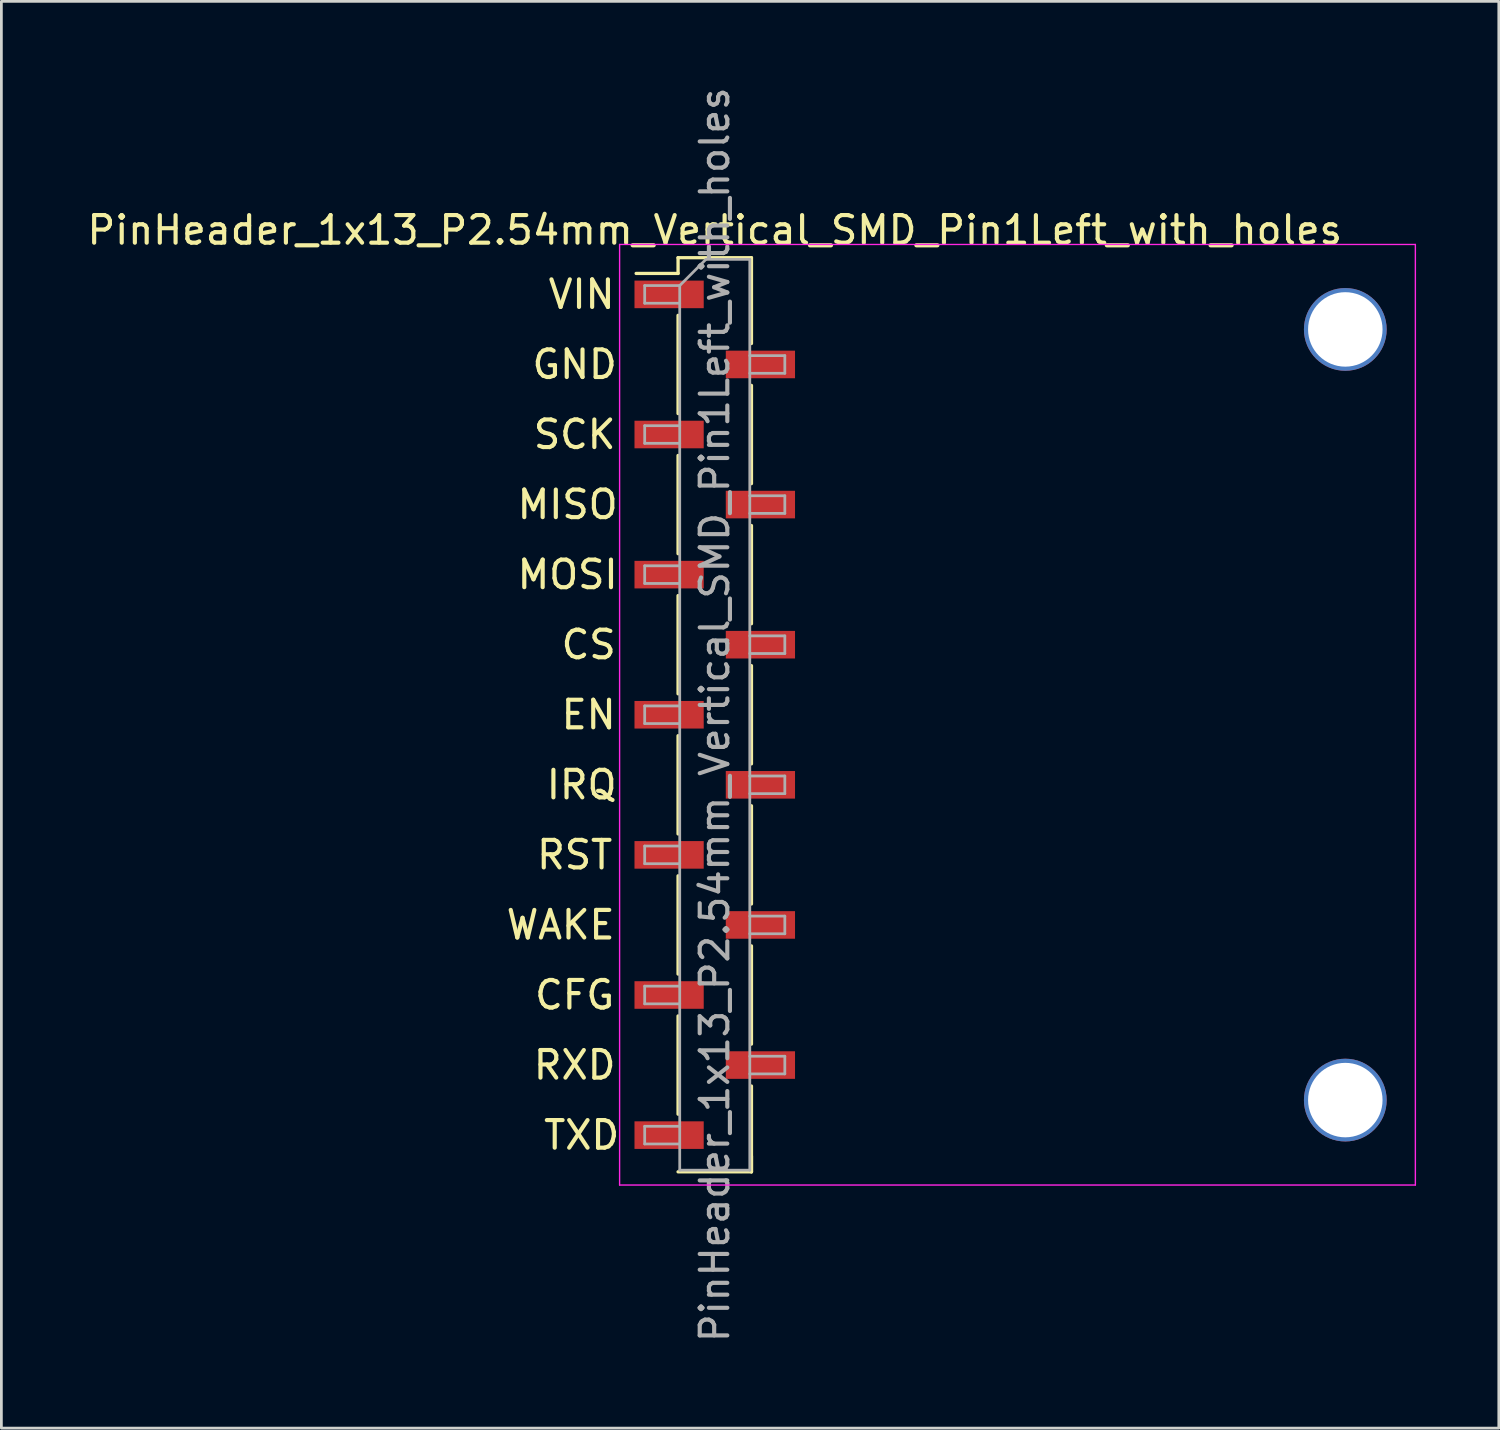
<source format=kicad_pcb>
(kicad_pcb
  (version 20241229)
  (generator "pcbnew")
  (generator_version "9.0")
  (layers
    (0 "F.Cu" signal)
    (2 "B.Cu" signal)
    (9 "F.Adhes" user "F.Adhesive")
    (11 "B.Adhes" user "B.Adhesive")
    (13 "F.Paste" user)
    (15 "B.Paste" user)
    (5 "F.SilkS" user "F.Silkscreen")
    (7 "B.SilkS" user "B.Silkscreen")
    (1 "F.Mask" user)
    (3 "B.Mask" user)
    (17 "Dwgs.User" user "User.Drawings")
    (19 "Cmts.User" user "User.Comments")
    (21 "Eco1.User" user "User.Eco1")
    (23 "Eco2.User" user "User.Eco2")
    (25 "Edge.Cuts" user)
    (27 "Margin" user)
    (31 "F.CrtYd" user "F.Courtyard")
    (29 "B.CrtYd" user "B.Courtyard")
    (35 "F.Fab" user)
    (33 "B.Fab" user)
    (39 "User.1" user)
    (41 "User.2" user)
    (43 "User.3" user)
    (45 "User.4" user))
  (footprint "PinHeader_1x13_P2.54mm_Vertical_SMD_Pin1Left_with_holes"
    (layer "F.Cu")
    (at 22.863 22.863)
    (property "Reference" "PinHeader_1x13_P2.54mm_Vertical_SMD_Pin1Left_with_holes" (at 0 -17.57 0) (layer "F.SilkS") (effects (font (size 1 1) (thickness 0.15))))
    (attr smd)
    (fp_line (start -1.33 -16.57) (end -1.33 -16) (stroke (width 0.12) (type solid)) (layer "F.SilkS"))
    (fp_line (start -1.33 -16.57) (end 1.33 -16.57) (stroke (width 0.12) (type solid)) (layer "F.SilkS"))
    (fp_line (start -1.33 -16) (end -2.85 -16) (stroke (width 0.12) (type solid)) (layer "F.SilkS"))
    (fp_line (start -1.33 -14.48) (end -1.33 -10.92) (stroke (width 0.12) (type solid)) (layer "F.SilkS"))
    (fp_line (start -1.33 -9.4) (end -1.33 -5.84) (stroke (width 0.12) (type solid)) (layer "F.SilkS"))
    (fp_line (start -1.33 -4.32) (end -1.33 -0.76) (stroke (width 0.12) (type solid)) (layer "F.SilkS"))
    (fp_line (start -1.33 0.76) (end -1.33 4.32) (stroke (width 0.12) (type solid)) (layer "F.SilkS"))
    (fp_line (start -1.33 5.84) (end -1.33 9.4) (stroke (width 0.12) (type solid)) (layer "F.SilkS"))
    (fp_line (start -1.33 10.92) (end -1.33 14.48) (stroke (width 0.12) (type solid)) (layer "F.SilkS"))
    (fp_line (start -1.33 16.57) (end 1.33 16.57) (stroke (width 0.12) (type solid)) (layer "F.SilkS"))
    (fp_line (start 1.33 -16.57) (end 1.33 -13.46) (stroke (width 0.12) (type solid)) (layer "F.SilkS"))
    (fp_line (start 1.33 -11.94) (end 1.33 -8.38) (stroke (width 0.12) (type solid)) (layer "F.SilkS"))
    (fp_line (start 1.33 -6.86) (end 1.33 -3.3) (stroke (width 0.12) (type solid)) (layer "F.SilkS"))
    (fp_line (start 1.33 -1.78) (end 1.33 1.78) (stroke (width 0.12) (type solid)) (layer "F.SilkS"))
    (fp_line (start 1.33 3.3) (end 1.33 6.86) (stroke (width 0.12) (type solid)) (layer "F.SilkS"))
    (fp_line (start 1.33 8.38) (end 1.33 11.94) (stroke (width 0.12) (type solid)) (layer "F.SilkS"))
    (fp_line (start 1.33 13.46) (end 1.33 16.57) (stroke (width 0.12) (type solid)) (layer "F.SilkS"))
    (fp_line (start 1.33 16) (end 1.33 16.57) (stroke (width 0.12) (type solid)) (layer "F.SilkS"))
    (fp_line (start -3.45 -17.05) (end -3.45 17.05) (stroke (width 0.05) (type solid)) (layer "F.CrtYd"))
    (fp_line (start -3.45 -17.05) (end 25.4 -17.05) (stroke (width 0.05) (type solid)) (layer "F.CrtYd"))
    (fp_line (start 25.4 17.05) (end -3.45 17.05) (stroke (width 0.05) (type solid)) (layer "F.CrtYd"))
    (fp_line (start 25.4 17.05) (end 25.4 -17.05) (stroke (width 0.05) (type solid)) (layer "F.CrtYd"))
    (fp_line (start -2.54 -15.56) (end -2.54 -14.92) (stroke (width 0.1) (type solid)) (layer "F.Fab"))
    (fp_line (start -2.54 -14.92) (end -1.27 -14.92) (stroke (width 0.1) (type solid)) (layer "F.Fab"))
    (fp_line (start -2.54 -10.48) (end -2.54 -9.84) (stroke (width 0.1) (type solid)) (layer "F.Fab"))
    (fp_line (start -2.54 -9.84) (end -1.27 -9.84) (stroke (width 0.1) (type solid)) (layer "F.Fab"))
    (fp_line (start -2.54 -5.4) (end -2.54 -4.76) (stroke (width 0.1) (type solid)) (layer "F.Fab"))
    (fp_line (start -2.54 -4.76) (end -1.27 -4.76) (stroke (width 0.1) (type solid)) (layer "F.Fab"))
    (fp_line (start -2.54 -0.32) (end -2.54 0.32) (stroke (width 0.1) (type solid)) (layer "F.Fab"))
    (fp_line (start -2.54 0.32) (end -1.27 0.32) (stroke (width 0.1) (type solid)) (layer "F.Fab"))
    (fp_line (start -2.54 4.76) (end -2.54 5.4) (stroke (width 0.1) (type solid)) (layer "F.Fab"))
    (fp_line (start -2.54 5.4) (end -1.27 5.4) (stroke (width 0.1) (type solid)) (layer "F.Fab"))
    (fp_line (start -2.54 9.84) (end -2.54 10.48) (stroke (width 0.1) (type solid)) (layer "F.Fab"))
    (fp_line (start -2.54 10.48) (end -1.27 10.48) (stroke (width 0.1) (type solid)) (layer "F.Fab"))
    (fp_line (start -2.54 14.92) (end -2.54 15.56) (stroke (width 0.1) (type solid)) (layer "F.Fab"))
    (fp_line (start -2.54 15.56) (end -1.27 15.56) (stroke (width 0.1) (type solid)) (layer "F.Fab"))
    (fp_line (start -1.27 -15.56) (end -2.54 -15.56) (stroke (width 0.1) (type solid)) (layer "F.Fab"))
    (fp_line (start -1.27 -15.56) (end -0.32 -16.51) (stroke (width 0.1) (type solid)) (layer "F.Fab"))
    (fp_line (start -1.27 -10.48) (end -2.54 -10.48) (stroke (width 0.1) (type solid)) (layer "F.Fab"))
    (fp_line (start -1.27 -5.4) (end -2.54 -5.4) (stroke (width 0.1) (type solid)) (layer "F.Fab"))
    (fp_line (start -1.27 -0.32) (end -2.54 -0.32) (stroke (width 0.1) (type solid)) (layer "F.Fab"))
    (fp_line (start -1.27 4.76) (end -2.54 4.76) (stroke (width 0.1) (type solid)) (layer "F.Fab"))
    (fp_line (start -1.27 9.84) (end -2.54 9.84) (stroke (width 0.1) (type solid)) (layer "F.Fab"))
    (fp_line (start -1.27 14.92) (end -2.54 14.92) (stroke (width 0.1) (type solid)) (layer "F.Fab"))
    (fp_line (start -1.27 16.51) (end -1.27 -15.56) (stroke (width 0.1) (type solid)) (layer "F.Fab"))
    (fp_line (start -0.32 -16.51) (end 1.27 -16.51) (stroke (width 0.1) (type solid)) (layer "F.Fab"))
    (fp_line (start 1.27 -16.51) (end 1.27 16.51) (stroke (width 0.1) (type solid)) (layer "F.Fab"))
    (fp_line (start 1.27 -13.02) (end 2.54 -13.02) (stroke (width 0.1) (type solid)) (layer "F.Fab"))
    (fp_line (start 1.27 -7.94) (end 2.54 -7.94) (stroke (width 0.1) (type solid)) (layer "F.Fab"))
    (fp_line (start 1.27 -2.86) (end 2.54 -2.86) (stroke (width 0.1) (type solid)) (layer "F.Fab"))
    (fp_line (start 1.27 2.22) (end 2.54 2.22) (stroke (width 0.1) (type solid)) (layer "F.Fab"))
    (fp_line (start 1.27 7.3) (end 2.54 7.3) (stroke (width 0.1) (type solid)) (layer "F.Fab"))
    (fp_line (start 1.27 12.38) (end 2.54 12.38) (stroke (width 0.1) (type solid)) (layer "F.Fab"))
    (fp_line (start 1.27 16.51) (end -1.27 16.51) (stroke (width 0.1) (type solid)) (layer "F.Fab"))
    (fp_line (start 2.54 -13.02) (end 2.54 -12.38) (stroke (width 0.1) (type solid)) (layer "F.Fab"))
    (fp_line (start 2.54 -12.38) (end 1.27 -12.38) (stroke (width 0.1) (type solid)) (layer "F.Fab"))
    (fp_line (start 2.54 -7.94) (end 2.54 -7.3) (stroke (width 0.1) (type solid)) (layer "F.Fab"))
    (fp_line (start 2.54 -7.3) (end 1.27 -7.3) (stroke (width 0.1) (type solid)) (layer "F.Fab"))
    (fp_line (start 2.54 -2.86) (end 2.54 -2.22) (stroke (width 0.1) (type solid)) (layer "F.Fab"))
    (fp_line (start 2.54 -2.22) (end 1.27 -2.22) (stroke (width 0.1) (type solid)) (layer "F.Fab"))
    (fp_line (start 2.54 2.22) (end 2.54 2.86) (stroke (width 0.1) (type solid)) (layer "F.Fab"))
    (fp_line (start 2.54 2.86) (end 1.27 2.86) (stroke (width 0.1) (type solid)) (layer "F.Fab"))
    (fp_line (start 2.54 7.3) (end 2.54 7.94) (stroke (width 0.1) (type solid)) (layer "F.Fab"))
    (fp_line (start 2.54 7.94) (end 1.27 7.94) (stroke (width 0.1) (type solid)) (layer "F.Fab"))
    (fp_line (start 2.54 12.38) (end 2.54 13.02) (stroke (width 0.1) (type solid)) (layer "F.Fab"))
    (fp_line (start 2.54 13.02) (end 1.27 13.02) (stroke (width 0.1) (type solid)) (layer "F.Fab"))
    (fp_text user "TXD" (at -4.826 15.24 0) (layer "F.SilkS") (effects (font (size 1 1) (thickness 0.15))))
    (fp_text user "CFG" (at -5.08 10.16 0) (layer "F.SilkS") (effects (font (size 1 1) (thickness 0.15))))
    (fp_text user "CS" (at -4.572 -2.54 0) (layer "F.SilkS") (effects (font (size 1 1) (thickness 0.15))))
    (fp_text user "SCK" (at -5.08 -10.16 0) (layer "F.SilkS") (effects (font (size 1 1) (thickness 0.15))))
    (fp_text user "VIN" (at -4.826 -15.24 0) (layer "F.SilkS") (effects (font (size 1 1) (thickness 0.15))))
    (fp_text user "IRQ" (at -4.826 2.54 0) (layer "F.SilkS") (effects (font (size 1 1) (thickness 0.15))))
    (fp_text user "WAKE" (at -5.588 7.62 0) (layer "F.SilkS") (effects (font (size 1 1) (thickness 0.15))))
    (fp_text user "MISO" (at -5.334 -7.62 0) (layer "F.SilkS") (effects (font (size 1 1) (thickness 0.15))))
    (fp_text user "MOSI" (at -5.334 -5.08 0) (layer "F.SilkS") (effects (font (size 1 1) (thickness 0.15))))
    (fp_text user "EN" (at -4.572 0 0) (layer "F.SilkS") (effects (font (size 1 1) (thickness 0.15))))
    (fp_text user "RST" (at -5.08 5.08 0) (layer "F.SilkS") (effects (font (size 1 1) (thickness 0.15))))
    (fp_text user "GND" (at -5.08 -12.7 0) (layer "F.SilkS") (effects (font (size 1 1) (thickness 0.15))))
    (fp_text user "RXD" (at -5.08 12.7 0) (layer "F.SilkS") (effects (font (size 1 1) (thickness 0.15))))
    (fp_text user "${REFERENCE}" (at 0 0 90) (layer "F.Fab") (effects (font (size 1 1) (thickness 0.15))))
    (pad "" np_thru_hole circle (at 22.86 -13.97) (size 3 3) (drill 2.7) (layers "*.Cu" "*.Mask"))
    (pad "" np_thru_hole circle (at 22.86 13.97) (size 3 3) (drill 2.7) (layers "*.Cu" "*.Mask"))
    (pad "1" smd rect (at -1.655 -15.24) (size 2.51 1) (layers "F.Cu" "F.Mask" "F.Paste"))
    (pad "2" smd rect (at 1.655 -12.7) (size 2.51 1) (layers "F.Cu" "F.Mask" "F.Paste"))
    (pad "3" smd rect (at -1.655 -10.16) (size 2.51 1) (layers "F.Cu" "F.Mask" "F.Paste"))
    (pad "4" smd rect (at 1.655 -7.62) (size 2.51 1) (layers "F.Cu" "F.Mask" "F.Paste"))
    (pad "5" smd rect (at -1.655 -5.08) (size 2.51 1) (layers "F.Cu" "F.Mask" "F.Paste"))
    (pad "6" smd rect (at 1.655 -2.54) (size 2.51 1) (layers "F.Cu" "F.Mask" "F.Paste"))
    (pad "7" smd rect (at -1.655 0) (size 2.51 1) (layers "F.Cu" "F.Mask" "F.Paste"))
    (pad "8" smd rect (at 1.655 2.54) (size 2.51 1) (layers "F.Cu" "F.Mask" "F.Paste"))
    (pad "9" smd rect (at -1.655 5.08) (size 2.51 1) (layers "F.Cu" "F.Mask" "F.Paste"))
    (pad "10" smd rect (at 1.655 7.62) (size 2.51 1) (layers "F.Cu" "F.Mask" "F.Paste"))
    (pad "11" smd rect (at -1.655 10.16) (size 2.51 1) (layers "F.Cu" "F.Mask" "F.Paste"))
    (pad "12" smd rect (at 1.655 12.7) (size 2.51 1) (layers "F.Cu" "F.Mask" "F.Paste"))
    (pad "13" smd rect (at -1.655 15.24) (size 2.51 1) (layers "F.Cu" "F.Mask" "F.Paste")))
  (gr_rect
    (start -3 -3)
    (end 51.288 48.726)
    (stroke (width 0.1) (type default))
    (fill no)
    (layer "Edge.Cuts")))
</source>
